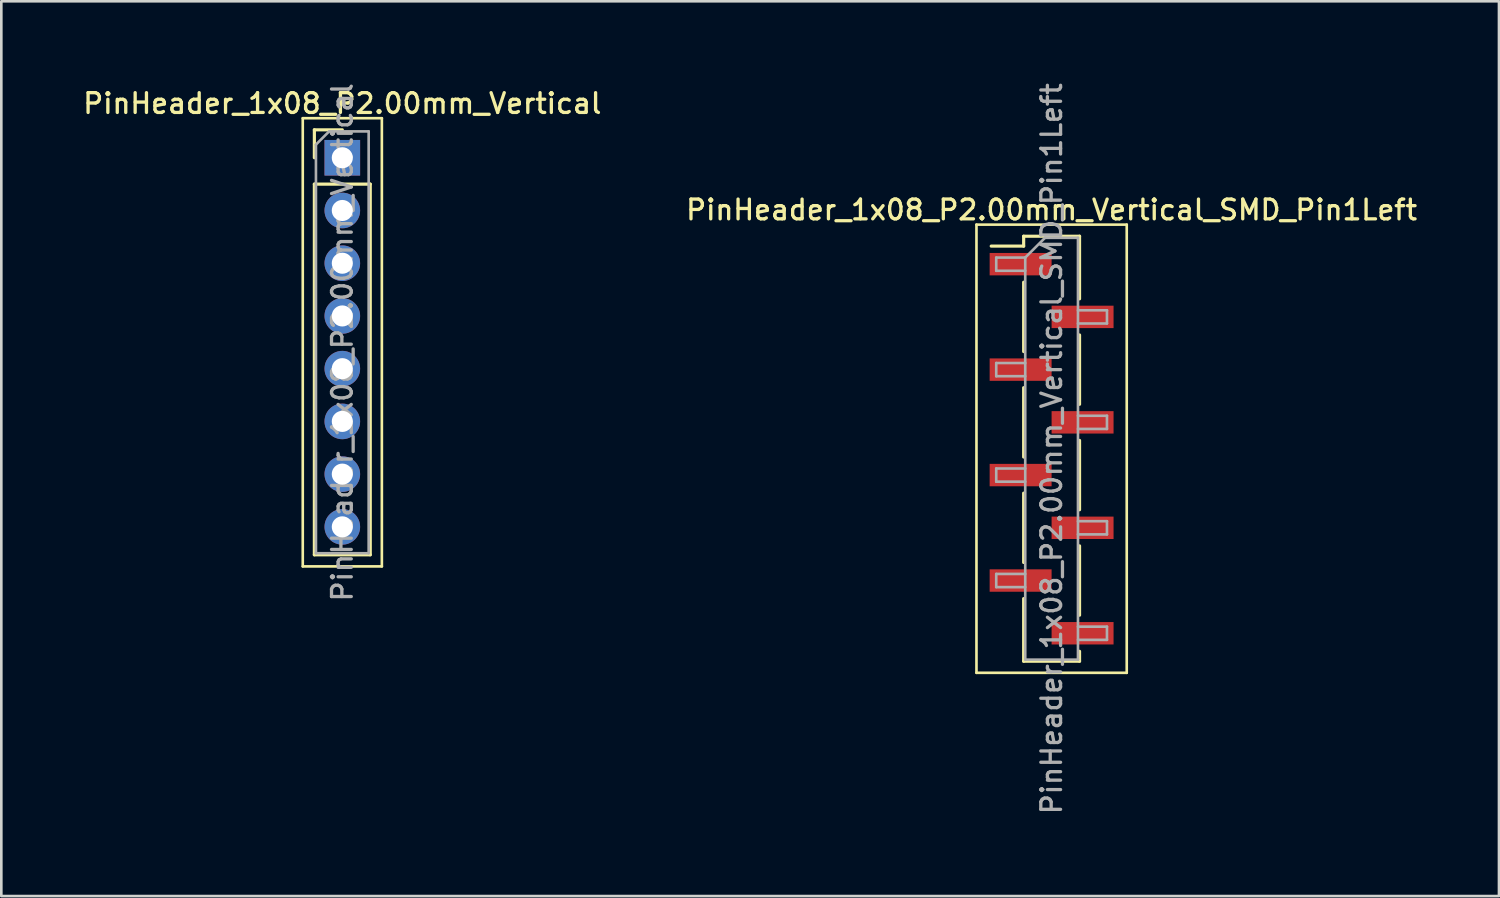
<source format=kicad_pcb>
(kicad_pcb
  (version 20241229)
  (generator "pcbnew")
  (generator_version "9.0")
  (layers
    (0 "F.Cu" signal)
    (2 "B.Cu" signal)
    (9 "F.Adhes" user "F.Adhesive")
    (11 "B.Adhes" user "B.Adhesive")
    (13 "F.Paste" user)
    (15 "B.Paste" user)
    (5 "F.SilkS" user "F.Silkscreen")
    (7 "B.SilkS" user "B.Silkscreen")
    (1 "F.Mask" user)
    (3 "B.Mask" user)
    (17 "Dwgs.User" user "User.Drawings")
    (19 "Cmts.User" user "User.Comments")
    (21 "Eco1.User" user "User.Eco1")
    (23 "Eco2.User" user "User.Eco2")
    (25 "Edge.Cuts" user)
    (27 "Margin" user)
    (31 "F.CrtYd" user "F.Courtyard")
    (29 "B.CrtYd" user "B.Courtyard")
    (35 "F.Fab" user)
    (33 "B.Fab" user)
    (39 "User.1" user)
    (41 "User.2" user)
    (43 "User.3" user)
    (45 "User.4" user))
  (footprint "PinHeader_1x08_P2.00mm_Vertical_SMD_Pin1Left"
    (layer "F.Cu")
    (at 36.838 13.97)
    (property "Reference" "PinHeader_1x08_P2.00mm_Vertical_SMD_Pin1Left" (at 0 -9.06 0) (layer "F.SilkS") (effects (font (size 0.75 0.75) (thickness 0.125))))
    (attr smd)
    (fp_line (start -2.85 -8.5) (end -2.85 8.5) (stroke (width 0.1) (type solid)) (layer "F.SilkS"))
    (fp_line (start -2.85 8.5) (end 2.85 8.5) (stroke (width 0.1) (type solid)) (layer "F.SilkS"))
    (fp_line (start -1.06 -8.06) (end -1.06 -7.685) (stroke (width 0.12) (type solid)) (layer "F.SilkS"))
    (fp_line (start -1.06 -8.06) (end 1.06 -8.06) (stroke (width 0.12) (type solid)) (layer "F.SilkS"))
    (fp_line (start -1.06 -7.685) (end -2.29 -7.685) (stroke (width 0.12) (type solid)) (layer "F.SilkS"))
    (fp_line (start -1.06 -6.315) (end -1.06 -3.685) (stroke (width 0.12) (type solid)) (layer "F.SilkS"))
    (fp_line (start -1.06 -2.315) (end -1.06 0.315) (stroke (width 0.12) (type solid)) (layer "F.SilkS"))
    (fp_line (start -1.06 1.685) (end -1.06 4.315) (stroke (width 0.12) (type solid)) (layer "F.SilkS"))
    (fp_line (start -1.06 5.685) (end -1.06 8.06) (stroke (width 0.12) (type solid)) (layer "F.SilkS"))
    (fp_line (start -1.06 8.06) (end 1.06 8.06) (stroke (width 0.12) (type solid)) (layer "F.SilkS"))
    (fp_line (start 1.06 -8.06) (end 1.06 -5.685) (stroke (width 0.12) (type solid)) (layer "F.SilkS"))
    (fp_line (start 1.06 -4.315) (end 1.06 -1.685) (stroke (width 0.12) (type solid)) (layer "F.SilkS"))
    (fp_line (start 1.06 -0.315) (end 1.06 2.315) (stroke (width 0.12) (type solid)) (layer "F.SilkS"))
    (fp_line (start 1.06 3.685) (end 1.06 6.315) (stroke (width 0.12) (type solid)) (layer "F.SilkS"))
    (fp_line (start 1.06 7.685) (end 1.06 8.06) (stroke (width 0.12) (type solid)) (layer "F.SilkS"))
    (fp_line (start 2.85 -8.5) (end -2.85 -8.5) (stroke (width 0.1) (type solid)) (layer "F.SilkS"))
    (fp_line (start 2.85 8.5) (end 2.85 -8.5) (stroke (width 0.1) (type solid)) (layer "F.SilkS"))
    (fp_line (start -2.1 -7.25) (end -2.1 -6.75) (stroke (width 0.1) (type solid)) (layer "F.Fab"))
    (fp_line (start -2.1 -6.75) (end -1 -6.75) (stroke (width 0.1) (type solid)) (layer "F.Fab"))
    (fp_line (start -2.1 -3.25) (end -2.1 -2.75) (stroke (width 0.1) (type solid)) (layer "F.Fab"))
    (fp_line (start -2.1 -2.75) (end -1 -2.75) (stroke (width 0.1) (type solid)) (layer "F.Fab"))
    (fp_line (start -2.1 0.75) (end -2.1 1.25) (stroke (width 0.1) (type solid)) (layer "F.Fab"))
    (fp_line (start -2.1 1.25) (end -1 1.25) (stroke (width 0.1) (type solid)) (layer "F.Fab"))
    (fp_line (start -2.1 4.75) (end -2.1 5.25) (stroke (width 0.1) (type solid)) (layer "F.Fab"))
    (fp_line (start -2.1 5.25) (end -1 5.25) (stroke (width 0.1) (type solid)) (layer "F.Fab"))
    (fp_line (start -1 -7.25) (end -2.1 -7.25) (stroke (width 0.1) (type solid)) (layer "F.Fab"))
    (fp_line (start -1 -7.25) (end -0.25 -8) (stroke (width 0.1) (type solid)) (layer "F.Fab"))
    (fp_line (start -1 -3.25) (end -2.1 -3.25) (stroke (width 0.1) (type solid)) (layer "F.Fab"))
    (fp_line (start -1 0.75) (end -2.1 0.75) (stroke (width 0.1) (type solid)) (layer "F.Fab"))
    (fp_line (start -1 4.75) (end -2.1 4.75) (stroke (width 0.1) (type solid)) (layer "F.Fab"))
    (fp_line (start -1 8) (end -1 -7.25) (stroke (width 0.1) (type solid)) (layer "F.Fab"))
    (fp_line (start -0.25 -8) (end 1 -8) (stroke (width 0.1) (type solid)) (layer "F.Fab"))
    (fp_line (start 1 -8) (end 1 8) (stroke (width 0.1) (type solid)) (layer "F.Fab"))
    (fp_line (start 1 -5.25) (end 2.1 -5.25) (stroke (width 0.1) (type solid)) (layer "F.Fab"))
    (fp_line (start 1 -1.25) (end 2.1 -1.25) (stroke (width 0.1) (type solid)) (layer "F.Fab"))
    (fp_line (start 1 2.75) (end 2.1 2.75) (stroke (width 0.1) (type solid)) (layer "F.Fab"))
    (fp_line (start 1 6.75) (end 2.1 6.75) (stroke (width 0.1) (type solid)) (layer "F.Fab"))
    (fp_line (start 1 8) (end -1 8) (stroke (width 0.1) (type solid)) (layer "F.Fab"))
    (fp_line (start 2.1 -5.25) (end 2.1 -4.75) (stroke (width 0.1) (type solid)) (layer "F.Fab"))
    (fp_line (start 2.1 -4.75) (end 1 -4.75) (stroke (width 0.1) (type solid)) (layer "F.Fab"))
    (fp_line (start 2.1 -1.25) (end 2.1 -0.75) (stroke (width 0.1) (type solid)) (layer "F.Fab"))
    (fp_line (start 2.1 -0.75) (end 1 -0.75) (stroke (width 0.1) (type solid)) (layer "F.Fab"))
    (fp_line (start 2.1 2.75) (end 2.1 3.25) (stroke (width 0.1) (type solid)) (layer "F.Fab"))
    (fp_line (start 2.1 3.25) (end 1 3.25) (stroke (width 0.1) (type solid)) (layer "F.Fab"))
    (fp_line (start 2.1 6.75) (end 2.1 7.25) (stroke (width 0.1) (type solid)) (layer "F.Fab"))
    (fp_line (start 2.1 7.25) (end 1 7.25) (stroke (width 0.1) (type solid)) (layer "F.Fab"))
    (fp_text user "${REFERENCE}" (at 0 0 90) (layer "F.Fab") (effects (font (size 0.75 0.75) (thickness 0.125))))
    (pad "1" smd rect (at -1.175 -7) (size 2.35 0.85) (layers "F.Cu" "F.Mask" "F.Paste"))
    (pad "2" smd rect (at 1.175 -5) (size 2.35 0.85) (layers "F.Cu" "F.Mask" "F.Paste"))
    (pad "3" smd rect (at -1.175 -3) (size 2.35 0.85) (layers "F.Cu" "F.Mask" "F.Paste"))
    (pad "4" smd rect (at 1.175 -1) (size 2.35 0.85) (layers "F.Cu" "F.Mask" "F.Paste"))
    (pad "5" smd rect (at -1.175 1) (size 2.35 0.85) (layers "F.Cu" "F.Mask" "F.Paste"))
    (pad "6" smd rect (at 1.175 3) (size 2.35 0.85) (layers "F.Cu" "F.Mask" "F.Paste"))
    (pad "7" smd rect (at -1.175 5) (size 2.35 0.85) (layers "F.Cu" "F.Mask" "F.Paste"))
    (pad "8" smd rect (at 1.175 7) (size 2.35 0.85) (layers "F.Cu" "F.Mask" "F.Paste")))
  (footprint "PinHeader_1x08_P2.00mm_Vertical"
    (layer "F.Cu")
    (at 9.934 2.934)
    (property "Reference" "PinHeader_1x08_P2.00mm_Vertical" (at 0 -2.06 0) (layer "F.SilkS") (effects (font (size 0.75 0.75) (thickness 0.125))))
    (attr through_hole)
    (fp_line (start -1.5 -1.5) (end -1.5 15.5) (stroke (width 0.1) (type solid)) (layer "F.SilkS"))
    (fp_line (start -1.5 15.5) (end 1.5 15.5) (stroke (width 0.1) (type solid)) (layer "F.SilkS"))
    (fp_line (start -1.06 -1.06) (end 0 -1.06) (stroke (width 0.12) (type solid)) (layer "F.SilkS"))
    (fp_line (start -1.06 0) (end -1.06 -1.06) (stroke (width 0.12) (type solid)) (layer "F.SilkS"))
    (fp_line (start -1.06 1) (end -1.06 15.06) (stroke (width 0.12) (type solid)) (layer "F.SilkS"))
    (fp_line (start -1.06 1) (end 1.06 1) (stroke (width 0.12) (type solid)) (layer "F.SilkS"))
    (fp_line (start -1.06 15.06) (end 1.06 15.06) (stroke (width 0.12) (type solid)) (layer "F.SilkS"))
    (fp_line (start 1.06 1) (end 1.06 15.06) (stroke (width 0.12) (type solid)) (layer "F.SilkS"))
    (fp_line (start 1.5 -1.5) (end -1.5 -1.5) (stroke (width 0.1) (type solid)) (layer "F.SilkS"))
    (fp_line (start 1.5 15.5) (end 1.5 -1.5) (stroke (width 0.1) (type solid)) (layer "F.SilkS"))
    (fp_line (start -1 -0.5) (end -0.5 -1) (stroke (width 0.1) (type solid)) (layer "F.Fab"))
    (fp_line (start -1 15) (end -1 -0.5) (stroke (width 0.1) (type solid)) (layer "F.Fab"))
    (fp_line (start -0.5 -1) (end 1 -1) (stroke (width 0.1) (type solid)) (layer "F.Fab"))
    (fp_line (start 1 -1) (end 1 15) (stroke (width 0.1) (type solid)) (layer "F.Fab"))
    (fp_line (start 1 15) (end -1 15) (stroke (width 0.1) (type solid)) (layer "F.Fab"))
    (fp_text user "${REFERENCE}" (at 0 7 90) (layer "F.Fab") (effects (font (size 0.75 0.75) (thickness 0.125))))
    (pad "1" thru_hole rect (at 0 0) (size 1.35 1.35) (drill 0.8) (layers "*.Cu" "*.Mask"))
    (pad "2" thru_hole oval (at 0 2) (size 1.35 1.35) (drill 0.8) (layers "*.Cu" "*.Mask"))
    (pad "3" thru_hole oval (at 0 4) (size 1.35 1.35) (drill 0.8) (layers "*.Cu" "*.Mask"))
    (pad "4" thru_hole oval (at 0 6) (size 1.35 1.35) (drill 0.8) (layers "*.Cu" "*.Mask"))
    (pad "5" thru_hole oval (at 0 8) (size 1.35 1.35) (drill 0.8) (layers "*.Cu" "*.Mask"))
    (pad "6" thru_hole oval (at 0 10) (size 1.35 1.35) (drill 0.8) (layers "*.Cu" "*.Mask"))
    (pad "7" thru_hole oval (at 0 12) (size 1.35 1.35) (drill 0.8) (layers "*.Cu" "*.Mask"))
    (pad "8" thru_hole oval (at 0 14) (size 1.35 1.35) (drill 0.8) (layers "*.Cu" "*.Mask")))
  (gr_rect
    (start -3 -3)
    (end 53.807 30.939)
    (stroke (width 0.1) (type default))
    (fill no)
    (layer "Edge.Cuts")))
</source>
